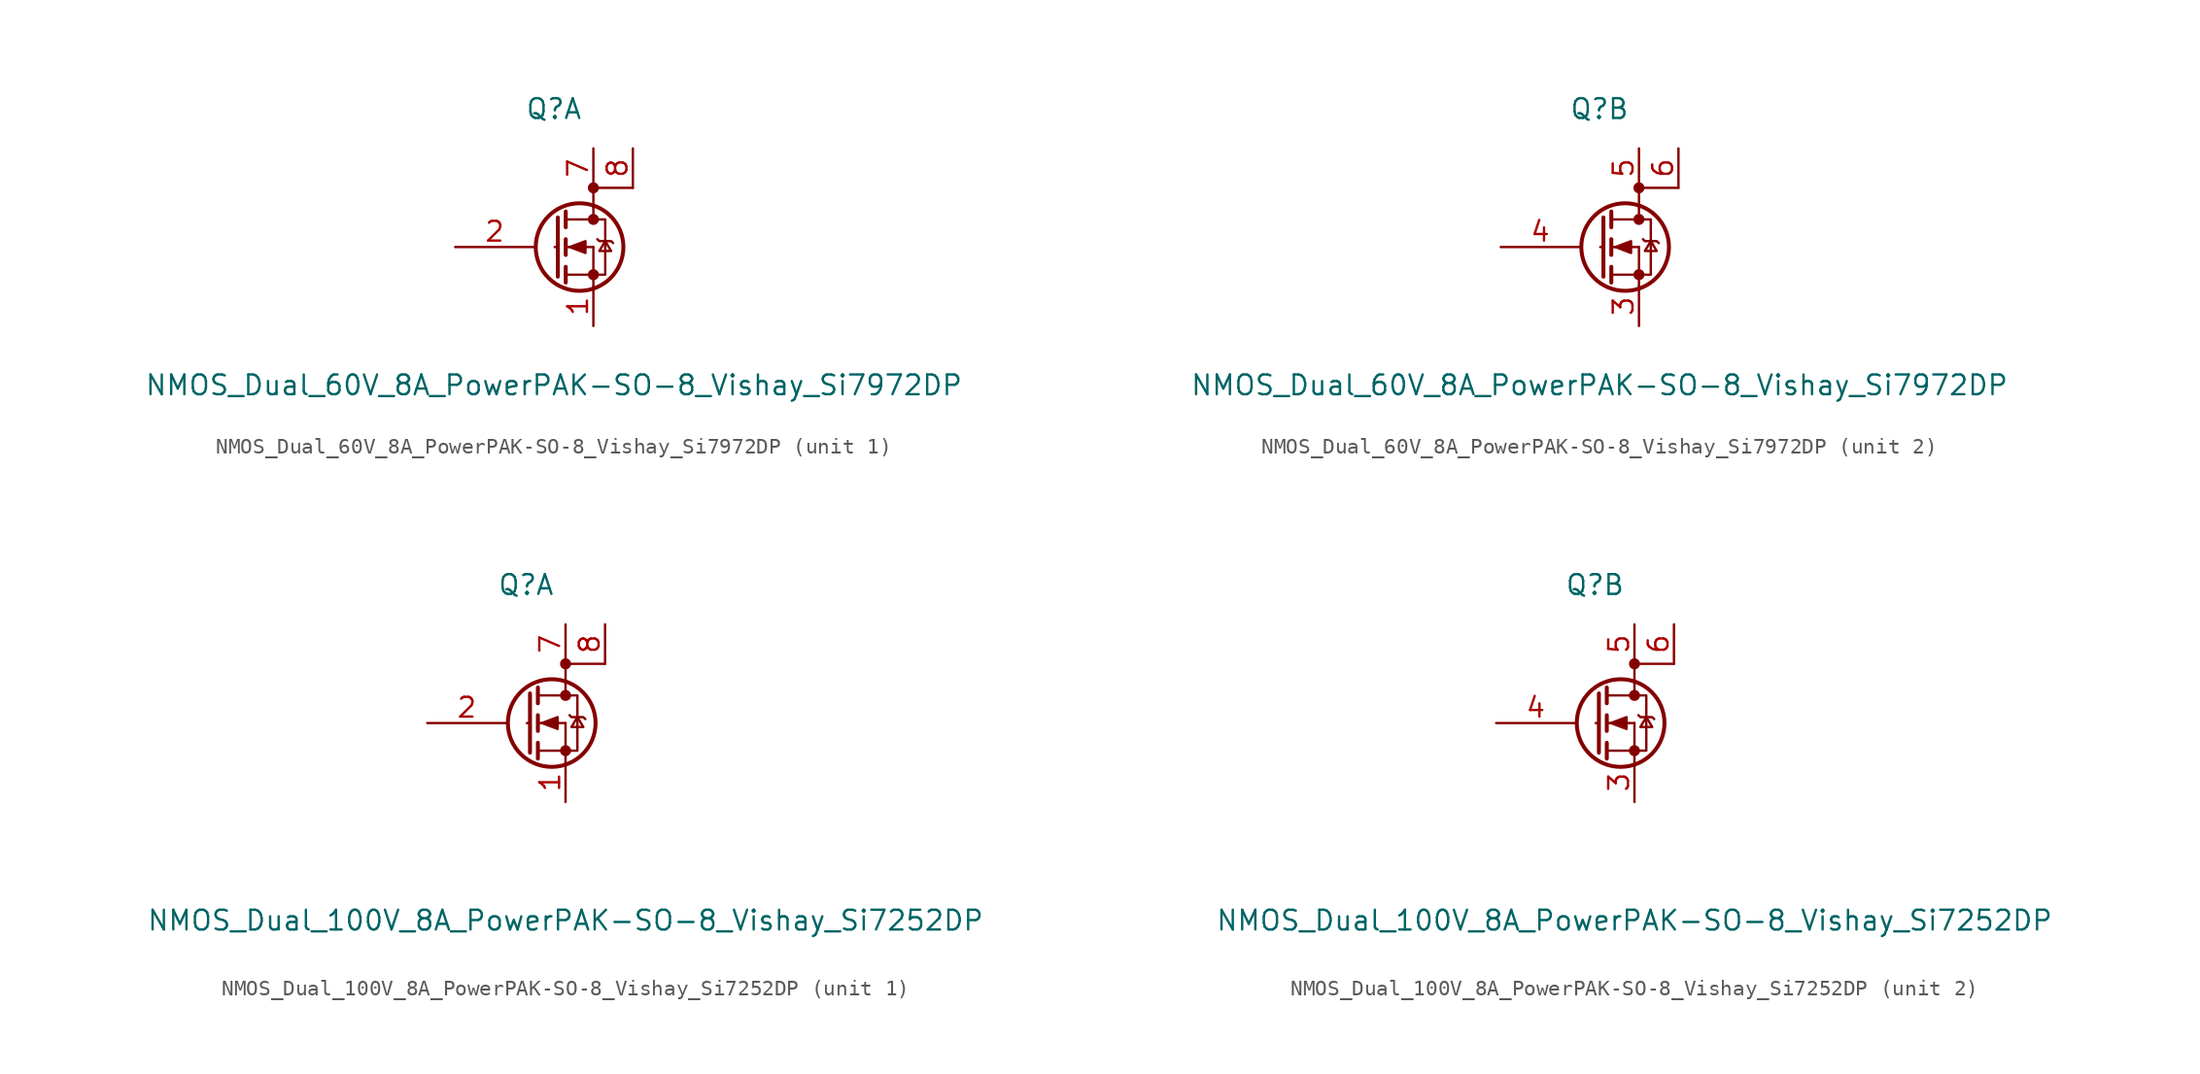
<source format=kicad_sym>
(kicad_symbol_lib
  (version 20231120)
  (generator "kicad_symbol_editor")
  (generator_version "8.0")
  (symbol "NMOS_Dual_60V_8A_PowerPAK-SO-8_Vishay_Si7972DP"
    (pin_names
      (offset 1.27) hide)
    (property "Reference" "Q"
      (at 0 8.89 0)
      (effects (font (size 1.27 1.27))))
    (property "Value" "NMOS_Dual_60V_8A_PowerPAK-SO-8_Vishay_Si7972DP"
      (at 0 -8.89 0)
      (effects (font (size 1.27 1.27))))
    (property "ki_locked" ""
      (at 0 0 0)
      (effects (font (size 1.27 1.27))))
    (symbol "NMOS_Dual_60V_8A_PowerPAK-SO-8_Vishay_Si7972DP_1_1"
      (polyline (pts (xy 0.051 0) (xy 0.254 0)) (stroke (width 0) (type default)) (fill (type none)))
      (polyline (pts (xy 0.762 -1.778) (xy 2.54 -1.778)) (stroke (width 0) (type default)) (fill (type none)))
      (polyline (pts (xy 0.762 -1.27) (xy 0.762 -2.286)) (stroke (width 0.254) (type default)) (fill (type none)))
      (polyline (pts (xy 0.762 0) (xy 2.54 0)) (stroke (width 0) (type default)) (fill (type none)))
      (polyline (pts (xy 0.762 0.508) (xy 0.762 -0.508)) (stroke (width 0.254) (type default)) (fill (type none)))
      (polyline (pts (xy 0.762 1.778) (xy 2.54 1.778)) (stroke (width 0) (type default)) (fill (type none)))
      (polyline (pts (xy 0.762 2.286) (xy 0.762 1.27)) (stroke (width 0.254) (type default)) (fill (type none)))
      (polyline (pts (xy 2.54 -1.778) (xy 2.54 -2.54)) (stroke (width 0) (type default)) (fill (type none)))
      (polyline (pts (xy 2.54 -1.778) (xy 2.54 0)) (stroke (width 0) (type default)) (fill (type none)))
      (polyline (pts (xy 2.54 2.54) (xy 2.54 1.778)) (stroke (width 0) (type default)) (fill (type none)))
      (polyline (pts (xy 0.254 1.905) (xy 0.254 -1.905) (xy 0.254 -1.905)) (stroke (width 0.254) (type default)) (fill (type none)))
      (polyline (pts (xy 1.016 0) (xy 2.032 0.381) (xy 2.032 -0.381) (xy 1.016 0)) (stroke (width 0) (type default)) (fill (type outline)))
      (polyline (pts (xy 2.54 -1.778) (xy 3.302 -1.778) (xy 3.302 1.778) (xy 2.54 1.778)) (stroke (width 0) (type default)) (fill (type none)))
      (polyline (pts (xy 2.794 0.508) (xy 2.921 0.381) (xy 3.683 0.381) (xy 3.81 0.254)) (stroke (width 0) (type default)) (fill (type none)))
      (polyline (pts (xy 3.302 0.381) (xy 2.921 -0.254) (xy 3.683 -0.254) (xy 3.302 0.381)) (stroke (width 0) (type default)) (fill (type none)))
      (polyline (pts (xy 5.08 3.81) (xy 2.54 3.81) (xy 2.54 2.54) (xy 2.54 3.81)) (stroke (width 0) (type default)) (fill (type none)))
      (circle (center 1.651 0) (radius 2.819) (stroke (width 0.254) (type default)) (fill (type none)))
      (circle (center 2.54 -1.778) (radius 0.279) (stroke (width 0) (type default)) (fill (type outline)))
      (circle (center 2.54 1.778) (radius 0.279) (stroke (width 0) (type default)) (fill (type outline)))
      (circle (center 2.54 3.81) (radius 0.279) (stroke (width 0) (type default)) (fill (type outline)))
      (pin passive line (at 2.54 -5.08 90) (length 2.54) (name "S1" (effects (font (size 1.27 1.27)))) (number "1" (effects (font (size 1.27 1.27)))))
      (pin input line (at -6.35 0 0) (length 5.08) (name "G1" (effects (font (size 1.27 1.27)))) (number "2" (effects (font (size 1.27 1.27)))))
      (pin passive line (at 2.54 6.35 270) (length 2.54) (name "D1_1" (effects (font (size 1.27 1.27)))) (number "7" (effects (font (size 1.27 1.27)))))
      (pin passive line (at 5.08 6.35 270) (length 2.54) (name "D1_2" (effects (font (size 1.27 1.27)))) (number "8" (effects (font (size 1.27 1.27))))))
    (symbol "NMOS_Dual_60V_8A_PowerPAK-SO-8_Vishay_Si7972DP_2_1"
      (polyline (pts (xy 0.051 0) (xy 0.254 0)) (stroke (width 0) (type default)) (fill (type none)))
      (polyline (pts (xy 0.762 -1.778) (xy 2.54 -1.778)) (stroke (width 0) (type default)) (fill (type none)))
      (polyline (pts (xy 0.762 -1.27) (xy 0.762 -2.286)) (stroke (width 0.254) (type default)) (fill (type none)))
      (polyline (pts (xy 0.762 0) (xy 2.54 0)) (stroke (width 0) (type default)) (fill (type none)))
      (polyline (pts (xy 0.762 0.508) (xy 0.762 -0.508)) (stroke (width 0.254) (type default)) (fill (type none)))
      (polyline (pts (xy 0.762 1.778) (xy 2.54 1.778)) (stroke (width 0) (type default)) (fill (type none)))
      (polyline (pts (xy 0.762 2.286) (xy 0.762 1.27)) (stroke (width 0.254) (type default)) (fill (type none)))
      (polyline (pts (xy 2.54 -1.778) (xy 2.54 -2.54)) (stroke (width 0) (type default)) (fill (type none)))
      (polyline (pts (xy 2.54 -1.778) (xy 2.54 0)) (stroke (width 0) (type default)) (fill (type none)))
      (polyline (pts (xy 2.54 2.54) (xy 2.54 1.778)) (stroke (width 0) (type default)) (fill (type none)))
      (polyline (pts (xy 0.254 1.905) (xy 0.254 -1.905) (xy 0.254 -1.905)) (stroke (width 0.254) (type default)) (fill (type none)))
      (polyline (pts (xy 1.016 0) (xy 2.032 0.381) (xy 2.032 -0.381) (xy 1.016 0)) (stroke (width 0) (type default)) (fill (type outline)))
      (polyline (pts (xy 2.54 -1.778) (xy 3.302 -1.778) (xy 3.302 1.778) (xy 2.54 1.778)) (stroke (width 0) (type default)) (fill (type none)))
      (polyline (pts (xy 2.794 0.508) (xy 2.921 0.381) (xy 3.683 0.381) (xy 3.81 0.254)) (stroke (width 0) (type default)) (fill (type none)))
      (polyline (pts (xy 3.302 0.381) (xy 2.921 -0.254) (xy 3.683 -0.254) (xy 3.302 0.381)) (stroke (width 0) (type default)) (fill (type none)))
      (polyline (pts (xy 5.08 3.81) (xy 2.54 3.81) (xy 2.54 2.54) (xy 2.54 3.81)) (stroke (width 0) (type default)) (fill (type none)))
      (circle (center 1.651 0) (radius 2.819) (stroke (width 0.254) (type default)) (fill (type none)))
      (circle (center 2.54 -1.778) (radius 0.279) (stroke (width 0) (type default)) (fill (type outline)))
      (circle (center 2.54 1.778) (radius 0.279) (stroke (width 0) (type default)) (fill (type outline)))
      (circle (center 2.54 3.81) (radius 0.279) (stroke (width 0) (type default)) (fill (type outline)))
      (pin passive line (at 2.54 -5.08 90) (length 2.54) (name "S2" (effects (font (size 1.27 1.27)))) (number "3" (effects (font (size 1.27 1.27)))))
      (pin input line (at -6.35 0 0) (length 5.08) (name "G2" (effects (font (size 1.27 1.27)))) (number "4" (effects (font (size 1.27 1.27)))))
      (pin passive line (at 2.54 6.35 270) (length 2.54) (name "D2_1" (effects (font (size 1.27 1.27)))) (number "5" (effects (font (size 1.27 1.27)))))
      (pin passive line (at 5.08 6.35 270) (length 2.54) (name "D2_2" (effects (font (size 1.27 1.27)))) (number "6" (effects (font (size 1.27 1.27)))))))
  (symbol "NMOS_Dual_100V_8A_PowerPAK-SO-8_Vishay_Si7252DP"
    (pin_names
      (offset 1.27) hide)
    (property "Reference" "Q"
      (at 0 8.89 0)
      (effects (font (size 1.27 1.27))))
    (property "Value" "NMOS_Dual_100V_8A_PowerPAK-SO-8_Vishay_Si7252DP"
      (at 2.54 -12.7 0)
      (effects (font (size 1.27 1.27))))
    (property "ki_locked" ""
      (at 0 0 0)
      (effects (font (size 1.27 1.27))))
    (symbol "NMOS_Dual_100V_8A_PowerPAK-SO-8_Vishay_Si7252DP_1_1"
      (polyline (pts (xy 0.051 0) (xy 0.254 0)) (stroke (width 0) (type default)) (fill (type none)))
      (polyline (pts (xy 0.762 -1.778) (xy 2.54 -1.778)) (stroke (width 0) (type default)) (fill (type none)))
      (polyline (pts (xy 0.762 -1.27) (xy 0.762 -2.286)) (stroke (width 0.254) (type default)) (fill (type none)))
      (polyline (pts (xy 0.762 0) (xy 2.54 0)) (stroke (width 0) (type default)) (fill (type none)))
      (polyline (pts (xy 0.762 0.508) (xy 0.762 -0.508)) (stroke (width 0.254) (type default)) (fill (type none)))
      (polyline (pts (xy 0.762 1.778) (xy 2.54 1.778)) (stroke (width 0) (type default)) (fill (type none)))
      (polyline (pts (xy 0.762 2.286) (xy 0.762 1.27)) (stroke (width 0.254) (type default)) (fill (type none)))
      (polyline (pts (xy 2.54 -1.778) (xy 2.54 -2.54)) (stroke (width 0) (type default)) (fill (type none)))
      (polyline (pts (xy 2.54 -1.778) (xy 2.54 0)) (stroke (width 0) (type default)) (fill (type none)))
      (polyline (pts (xy 2.54 2.54) (xy 2.54 1.778)) (stroke (width 0) (type default)) (fill (type none)))
      (polyline (pts (xy 0.254 1.905) (xy 0.254 -1.905) (xy 0.254 -1.905)) (stroke (width 0.254) (type default)) (fill (type none)))
      (polyline (pts (xy 1.016 0) (xy 2.032 0.381) (xy 2.032 -0.381) (xy 1.016 0)) (stroke (width 0) (type default)) (fill (type outline)))
      (polyline (pts (xy 2.54 -1.778) (xy 3.302 -1.778) (xy 3.302 1.778) (xy 2.54 1.778)) (stroke (width 0) (type default)) (fill (type none)))
      (polyline (pts (xy 2.794 0.508) (xy 2.921 0.381) (xy 3.683 0.381) (xy 3.81 0.254)) (stroke (width 0) (type default)) (fill (type none)))
      (polyline (pts (xy 3.302 0.381) (xy 2.921 -0.254) (xy 3.683 -0.254) (xy 3.302 0.381)) (stroke (width 0) (type default)) (fill (type none)))
      (polyline (pts (xy 5.08 3.81) (xy 2.54 3.81) (xy 2.54 2.54) (xy 2.54 3.81)) (stroke (width 0) (type default)) (fill (type none)))
      (circle (center 1.651 0) (radius 2.819) (stroke (width 0.254) (type default)) (fill (type none)))
      (circle (center 2.54 -1.778) (radius 0.279) (stroke (width 0) (type default)) (fill (type outline)))
      (circle (center 2.54 1.778) (radius 0.279) (stroke (width 0) (type default)) (fill (type outline)))
      (circle (center 2.54 3.81) (radius 0.279) (stroke (width 0) (type default)) (fill (type outline)))
      (pin passive line (at 2.54 -5.08 90) (length 2.54) (name "S1" (effects (font (size 1.27 1.27)))) (number "1" (effects (font (size 1.27 1.27)))))
      (pin input line (at -6.35 0 0) (length 5.08) (name "G1" (effects (font (size 1.27 1.27)))) (number "2" (effects (font (size 1.27 1.27)))))
      (pin passive line (at 2.54 6.35 270) (length 2.54) (name "D1_1" (effects (font (size 1.27 1.27)))) (number "7" (effects (font (size 1.27 1.27)))))
      (pin passive line (at 5.08 6.35 270) (length 2.54) (name "D1_2" (effects (font (size 1.27 1.27)))) (number "8" (effects (font (size 1.27 1.27))))))
    (symbol "NMOS_Dual_100V_8A_PowerPAK-SO-8_Vishay_Si7252DP_2_1"
      (polyline (pts (xy 0.051 0) (xy 0.254 0)) (stroke (width 0) (type default)) (fill (type none)))
      (polyline (pts (xy 0.762 -1.778) (xy 2.54 -1.778)) (stroke (width 0) (type default)) (fill (type none)))
      (polyline (pts (xy 0.762 -1.27) (xy 0.762 -2.286)) (stroke (width 0.254) (type default)) (fill (type none)))
      (polyline (pts (xy 0.762 0) (xy 2.54 0)) (stroke (width 0) (type default)) (fill (type none)))
      (polyline (pts (xy 0.762 0.508) (xy 0.762 -0.508)) (stroke (width 0.254) (type default)) (fill (type none)))
      (polyline (pts (xy 0.762 1.778) (xy 2.54 1.778)) (stroke (width 0) (type default)) (fill (type none)))
      (polyline (pts (xy 0.762 2.286) (xy 0.762 1.27)) (stroke (width 0.254) (type default)) (fill (type none)))
      (polyline (pts (xy 2.54 -1.778) (xy 2.54 -2.54)) (stroke (width 0) (type default)) (fill (type none)))
      (polyline (pts (xy 2.54 -1.778) (xy 2.54 0)) (stroke (width 0) (type default)) (fill (type none)))
      (polyline (pts (xy 2.54 2.54) (xy 2.54 1.778)) (stroke (width 0) (type default)) (fill (type none)))
      (polyline (pts (xy 0.254 1.905) (xy 0.254 -1.905) (xy 0.254 -1.905)) (stroke (width 0.254) (type default)) (fill (type none)))
      (polyline (pts (xy 1.016 0) (xy 2.032 0.381) (xy 2.032 -0.381) (xy 1.016 0)) (stroke (width 0) (type default)) (fill (type outline)))
      (polyline (pts (xy 2.54 -1.778) (xy 3.302 -1.778) (xy 3.302 1.778) (xy 2.54 1.778)) (stroke (width 0) (type default)) (fill (type none)))
      (polyline (pts (xy 2.794 0.508) (xy 2.921 0.381) (xy 3.683 0.381) (xy 3.81 0.254)) (stroke (width 0) (type default)) (fill (type none)))
      (polyline (pts (xy 3.302 0.381) (xy 2.921 -0.254) (xy 3.683 -0.254) (xy 3.302 0.381)) (stroke (width 0) (type default)) (fill (type none)))
      (polyline (pts (xy 5.08 3.81) (xy 2.54 3.81) (xy 2.54 2.54) (xy 2.54 3.81)) (stroke (width 0) (type default)) (fill (type none)))
      (circle (center 1.651 0) (radius 2.819) (stroke (width 0.254) (type default)) (fill (type none)))
      (circle (center 2.54 -1.778) (radius 0.279) (stroke (width 0) (type default)) (fill (type outline)))
      (circle (center 2.54 1.778) (radius 0.279) (stroke (width 0) (type default)) (fill (type outline)))
      (circle (center 2.54 3.81) (radius 0.279) (stroke (width 0) (type default)) (fill (type outline)))
      (pin passive line (at 2.54 -5.08 90) (length 2.54) (name "S2" (effects (font (size 1.27 1.27)))) (number "3" (effects (font (size 1.27 1.27)))))
      (pin input line (at -6.35 0 0) (length 5.08) (name "G2" (effects (font (size 1.27 1.27)))) (number "4" (effects (font (size 1.27 1.27)))))
      (pin passive line (at 2.54 6.35 270) (length 2.54) (name "D2_1" (effects (font (size 1.27 1.27)))) (number "5" (effects (font (size 1.27 1.27)))))
      (pin passive line (at 5.08 6.35 270) (length 2.54) (name "D2_2" (effects (font (size 1.27 1.27)))) (number "6" (effects (font (size 1.27 1.27))))))))
</source>
